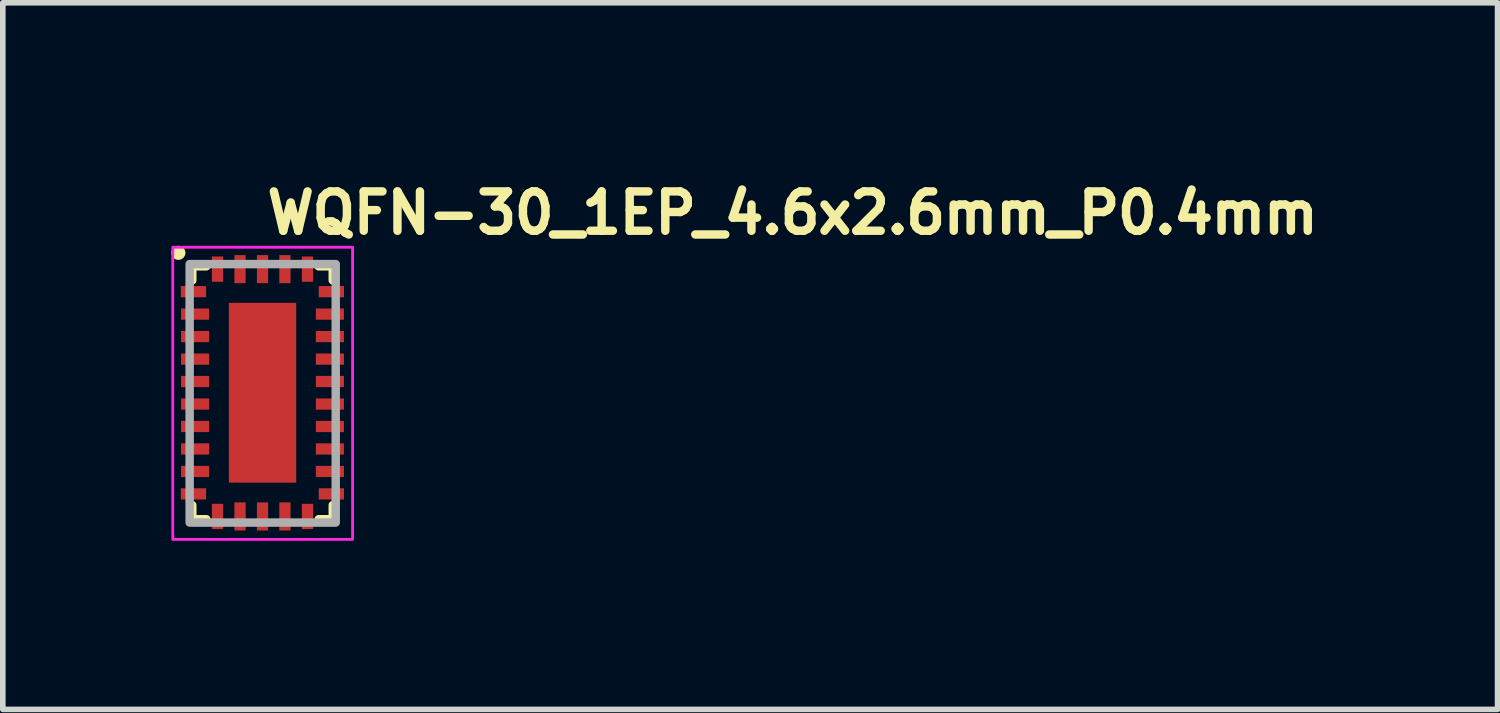
<source format=kicad_pcb>
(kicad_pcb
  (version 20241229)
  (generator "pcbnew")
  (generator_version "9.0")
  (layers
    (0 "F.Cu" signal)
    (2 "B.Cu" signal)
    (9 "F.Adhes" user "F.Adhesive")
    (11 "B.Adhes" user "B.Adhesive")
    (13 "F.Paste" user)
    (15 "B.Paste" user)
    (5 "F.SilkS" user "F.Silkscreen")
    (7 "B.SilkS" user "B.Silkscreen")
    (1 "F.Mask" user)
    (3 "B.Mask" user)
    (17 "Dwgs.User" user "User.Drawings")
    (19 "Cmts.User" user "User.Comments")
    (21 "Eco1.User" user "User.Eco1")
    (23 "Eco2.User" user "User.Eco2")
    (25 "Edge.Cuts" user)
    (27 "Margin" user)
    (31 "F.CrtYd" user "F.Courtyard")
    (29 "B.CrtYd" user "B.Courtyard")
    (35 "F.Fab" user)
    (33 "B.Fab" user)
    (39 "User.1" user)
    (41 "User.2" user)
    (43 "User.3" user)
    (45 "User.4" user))
  (footprint "WQFN-30_1EP_4.6x2.6mm_P0.4mm"
    (layer "F.Cu")
    (at 1.625 3.95)
    (property "Reference" "WQFN-30_1EP_4.6x2.6mm_P0.4mm" (at 0 -2.8 0) (layer "F.SilkS") (effects (font (size 0.7 0.7) (thickness 0.15)) (justify left bottom)))
    (attr smd)
    (fp_line (start -1.253 -2.26) (end -1.253 -2.01) (stroke (width 0.15) (type solid)) (layer "F.SilkS"))
    (fp_line (start -1.253 -2.26) (end -1.003 -2.26) (stroke (width 0.15) (type solid)) (layer "F.SilkS"))
    (fp_line (start -1.253 2.24) (end -1.253 1.99) (stroke (width 0.15) (type solid)) (layer "F.SilkS"))
    (fp_line (start -1.253 2.24) (end -1.003 2.24) (stroke (width 0.15) (type solid)) (layer "F.SilkS"))
    (fp_line (start 1.247 -2.26) (end 0.997 -2.26) (stroke (width 0.15) (type solid)) (layer "F.SilkS"))
    (fp_line (start 1.247 -2.26) (end 1.247 -2.01) (stroke (width 0.15) (type solid)) (layer "F.SilkS"))
    (fp_line (start 1.247 2.24) (end 0.997 2.24) (stroke (width 0.15) (type solid)) (layer "F.SilkS"))
    (fp_line (start 1.247 2.24) (end 1.247 1.99) (stroke (width 0.15) (type solid)) (layer "F.SilkS"))
    (fp_circle (center -1.5 -2.5) (end -1.45 -2.5) (stroke (width 0.15) (type solid)) (fill yes) (layer "F.SilkS"))
    (fp_rect (start -1.6 -2.6) (end 1.6 2.6) (stroke (width 0.05) (type solid)) (fill no) (layer "F.CrtYd"))
    (fp_rect (start -1.3 -2.3) (end 1.3 2.3) (stroke (width 0.15) (type solid)) (fill no) (layer "F.Fab"))
    (fp_rect (start -1.301 -2.301) (end 1.3 2.298) (stroke (width 0.1) (type solid)) (fill no) (layer "User.5"))
    (fp_line (start -1.301 -2.301) (end 1.3 -2.301) (stroke (width 0.02) (type solid)) (layer "User.9"))
    (fp_line (start -1.301 2.298) (end -1.301 -2.301) (stroke (width 0.02) (type solid)) (layer "User.9"))
    (fp_line (start 1.3 -2.301) (end 1.3 2.298) (stroke (width 0.02) (type solid)) (layer "User.9"))
    (fp_line (start 1.3 2.298) (end -1.301 2.298) (stroke (width 0.02) (type solid)) (layer "User.9"))
    (pad "1" smd rect (at -1.232 -1.809 90) (size 0.2 0.45) (layers "F.Cu" "F.Mask" "F.Paste"))
    (pad "2" smd rect (at -1.203 -1.41 90) (size 0.2 0.5) (layers "F.Cu" "F.Mask" "F.Paste"))
    (pad "3" smd rect (at -1.203 -1.01 90) (size 0.2 0.5) (layers "F.Cu" "F.Mask" "F.Paste"))
    (pad "4" smd rect (at -1.203 -0.609 90) (size 0.2 0.5) (layers "F.Cu" "F.Mask" "F.Paste"))
    (pad "5" smd rect (at -1.203 -0.21 90) (size 0.2 0.5) (layers "F.Cu" "F.Mask" "F.Paste"))
    (pad "6" smd rect (at -1.203 0.191 90) (size 0.2 0.5) (layers "F.Cu" "F.Mask" "F.Paste"))
    (pad "7" smd rect (at -1.203 0.59 90) (size 0.2 0.5) (layers "F.Cu" "F.Mask" "F.Paste"))
    (pad "8" smd rect (at -1.203 0.99 90) (size 0.2 0.5) (layers "F.Cu" "F.Mask" "F.Paste"))
    (pad "9" smd rect (at -1.203 1.391 90) (size 0.2 0.5) (layers "F.Cu" "F.Mask" "F.Paste"))
    (pad "10" smd rect (at -1.232 1.79 90) (size 0.2 0.45) (layers "F.Cu" "F.Mask" "F.Paste"))
    (pad "11" smd rect (at -0.804 2.191) (size 0.2 0.45) (layers "F.Cu" "F.Mask" "F.Paste"))
    (pad "12" smd rect (at -0.403 2.191) (size 0.2 0.5) (layers "F.Cu" "F.Mask" "F.Paste"))
    (pad "13" smd rect (at -0.003 2.191) (size 0.2 0.5) (layers "F.Cu" "F.Mask" "F.Paste"))
    (pad "14" smd rect (at 0.396 2.191) (size 0.2 0.5) (layers "F.Cu" "F.Mask" "F.Paste"))
    (pad "15" smd rect (at 0.797 2.191) (size 0.2 0.45) (layers "F.Cu" "F.Mask" "F.Paste"))
    (pad "16" smd rect (at 1.222 1.79 90) (size 0.2 0.45) (layers "F.Cu" "F.Mask" "F.Paste"))
    (pad "17" smd rect (at 1.196 1.391 90) (size 0.2 0.5) (layers "F.Cu" "F.Mask" "F.Paste"))
    (pad "18" smd rect (at 1.196 0.99 90) (size 0.2 0.5) (layers "F.Cu" "F.Mask" "F.Paste"))
    (pad "19" smd rect (at 1.196 0.59 90) (size 0.2 0.5) (layers "F.Cu" "F.Mask" "F.Paste"))
    (pad "20" smd rect (at 1.196 0.191 90) (size 0.2 0.5) (layers "F.Cu" "F.Mask" "F.Paste"))
    (pad "21" smd rect (at 1.196 -0.21 90) (size 0.2 0.5) (layers "F.Cu" "F.Mask" "F.Paste"))
    (pad "22" smd rect (at 1.196 -0.609 90) (size 0.2 0.5) (layers "F.Cu" "F.Mask" "F.Paste"))
    (pad "23" smd rect (at 1.196 -1.01 90) (size 0.2 0.5) (layers "F.Cu" "F.Mask" "F.Paste"))
    (pad "24" smd rect (at 1.196 -1.41 90) (size 0.2 0.5) (layers "F.Cu" "F.Mask" "F.Paste"))
    (pad "25" smd rect (at 1.222 -1.809 90) (size 0.2 0.45) (layers "F.Cu" "F.Mask" "F.Paste"))
    (pad "26" smd rect (at 0.797 -2.21) (size 0.2 0.45) (layers "F.Cu" "F.Mask" "F.Paste"))
    (pad "27" smd rect (at 0.396 -2.21) (size 0.2 0.5) (layers "F.Cu" "F.Mask" "F.Paste"))
    (pad "28" smd rect (at -0.003 -2.21) (size 0.2 0.5) (layers "F.Cu" "F.Mask" "F.Paste"))
    (pad "29" smd rect (at -0.403 -2.21) (size 0.2 0.5) (layers "F.Cu" "F.Mask" "F.Paste"))
    (pad "30" smd rect (at -0.804 -2.21) (size 0.2 0.45) (layers "F.Cu" "F.Mask" "F.Paste"))
    (pad "31" smd rect (at -0.003 -0.01) (size 1.2 3.2) (layers "F.Cu" "F.Mask" "F.Paste")))
  (gr_rect
    (start -3 -3)
    (end 23.602 9.575)
    (stroke (width 0.1) (type default))
    (fill no)
    (layer "Edge.Cuts")))
</source>
